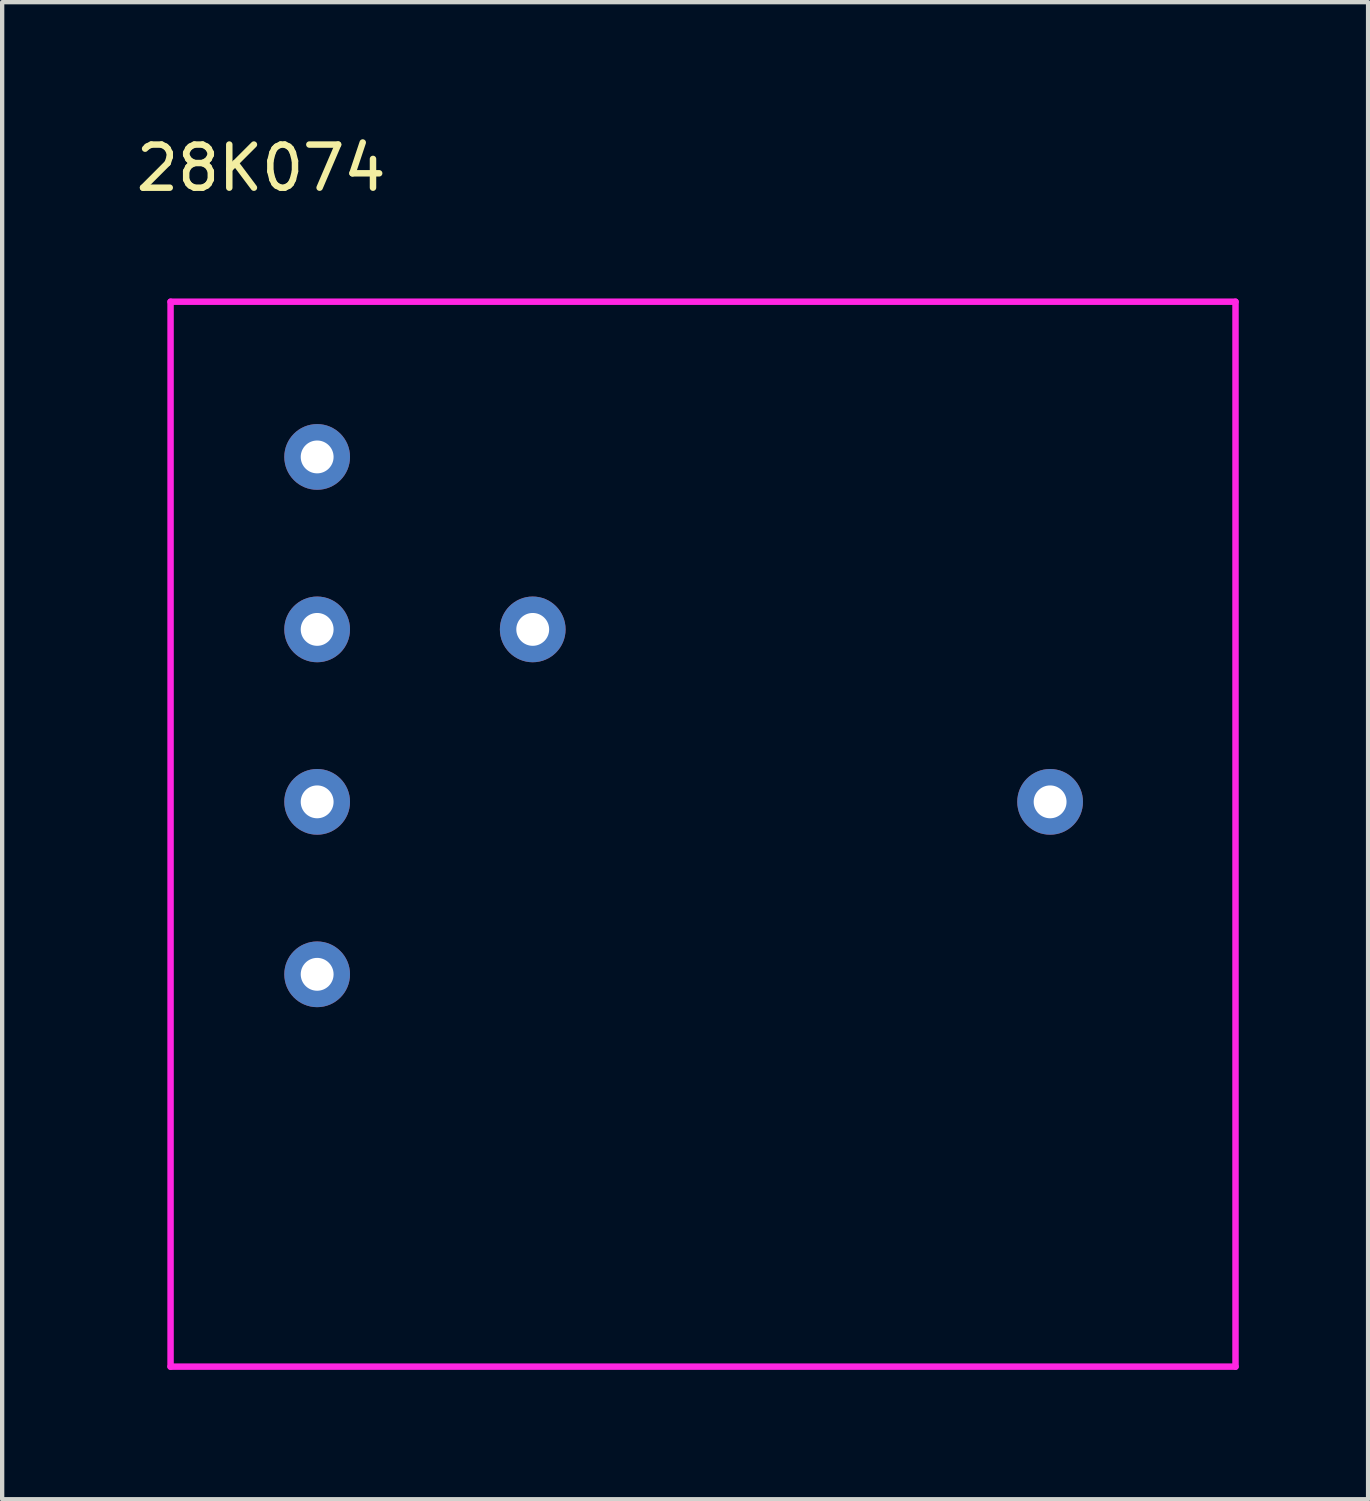
<source format=kicad_pcb>
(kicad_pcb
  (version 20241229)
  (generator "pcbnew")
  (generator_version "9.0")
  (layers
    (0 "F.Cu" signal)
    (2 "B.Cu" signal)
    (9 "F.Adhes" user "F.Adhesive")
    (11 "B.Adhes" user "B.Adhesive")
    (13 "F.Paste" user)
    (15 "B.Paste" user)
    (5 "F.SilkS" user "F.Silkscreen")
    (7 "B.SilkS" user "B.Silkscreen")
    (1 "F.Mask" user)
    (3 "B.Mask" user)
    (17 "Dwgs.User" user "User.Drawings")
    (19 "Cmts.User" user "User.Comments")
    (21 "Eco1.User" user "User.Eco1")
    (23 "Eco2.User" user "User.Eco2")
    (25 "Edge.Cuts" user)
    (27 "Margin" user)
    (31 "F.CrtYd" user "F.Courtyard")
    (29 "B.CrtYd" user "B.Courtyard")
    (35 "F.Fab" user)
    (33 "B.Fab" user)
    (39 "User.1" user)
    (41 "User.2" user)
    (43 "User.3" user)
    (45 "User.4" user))
  (footprint "28K074"
    (layer "F.Cu")
    (at 4.306 19.548)
    (property "Reference" "28K074" (at -1.3 -18.7 0) (layer "F.SilkS") (effects (font (size 1 1) (thickness 0.15))))
    (attr through_hole)
    (fp_line (start -3.4 -15.6) (end -3.4 9.1) (stroke (width 0.15) (type solid)) (layer "F.CrtYd"))
    (fp_line (start -3.4 -15.6) (end 21.3 -15.6) (stroke (width 0.15) (type solid)) (layer "F.CrtYd"))
    (fp_line (start -3.4 9.1) (end 21.3 9.1) (stroke (width 0.15) (type solid)) (layer "F.CrtYd"))
    (fp_line (start 21.3 -15.6) (end 21.3 9.1) (stroke (width 0.15) (type solid)) (layer "F.CrtYd"))
    (pad "1" thru_hole circle (at 0 0) (size 1.524 1.524) (drill 0.762) (layers "*.Cu" "*.Mask"))
    (pad "2" thru_hole circle (at 0 -4) (size 1.524 1.524) (drill 0.762) (layers "*.Cu" "*.Mask"))
    (pad "3" thru_hole circle (at 0 -8) (size 1.524 1.524) (drill 0.762) (layers "*.Cu" "*.Mask"))
    (pad "4" thru_hole circle (at 0 -12) (size 1.524 1.524) (drill 0.762) (layers "*.Cu" "*.Mask"))
    (pad "5" thru_hole circle (at 5 -8) (size 1.524 1.524) (drill 0.762) (layers "*.Cu" "*.Mask"))
    (pad "6" thru_hole circle (at 17 -4) (size 1.524 1.524) (drill 0.762) (layers "*.Cu" "*.Mask")))
  (gr_rect
    (start -3 -3)
    (end 28.681 31.723)
    (stroke (width 0.1) (type default))
    (fill no)
    (layer "Edge.Cuts")))
</source>
